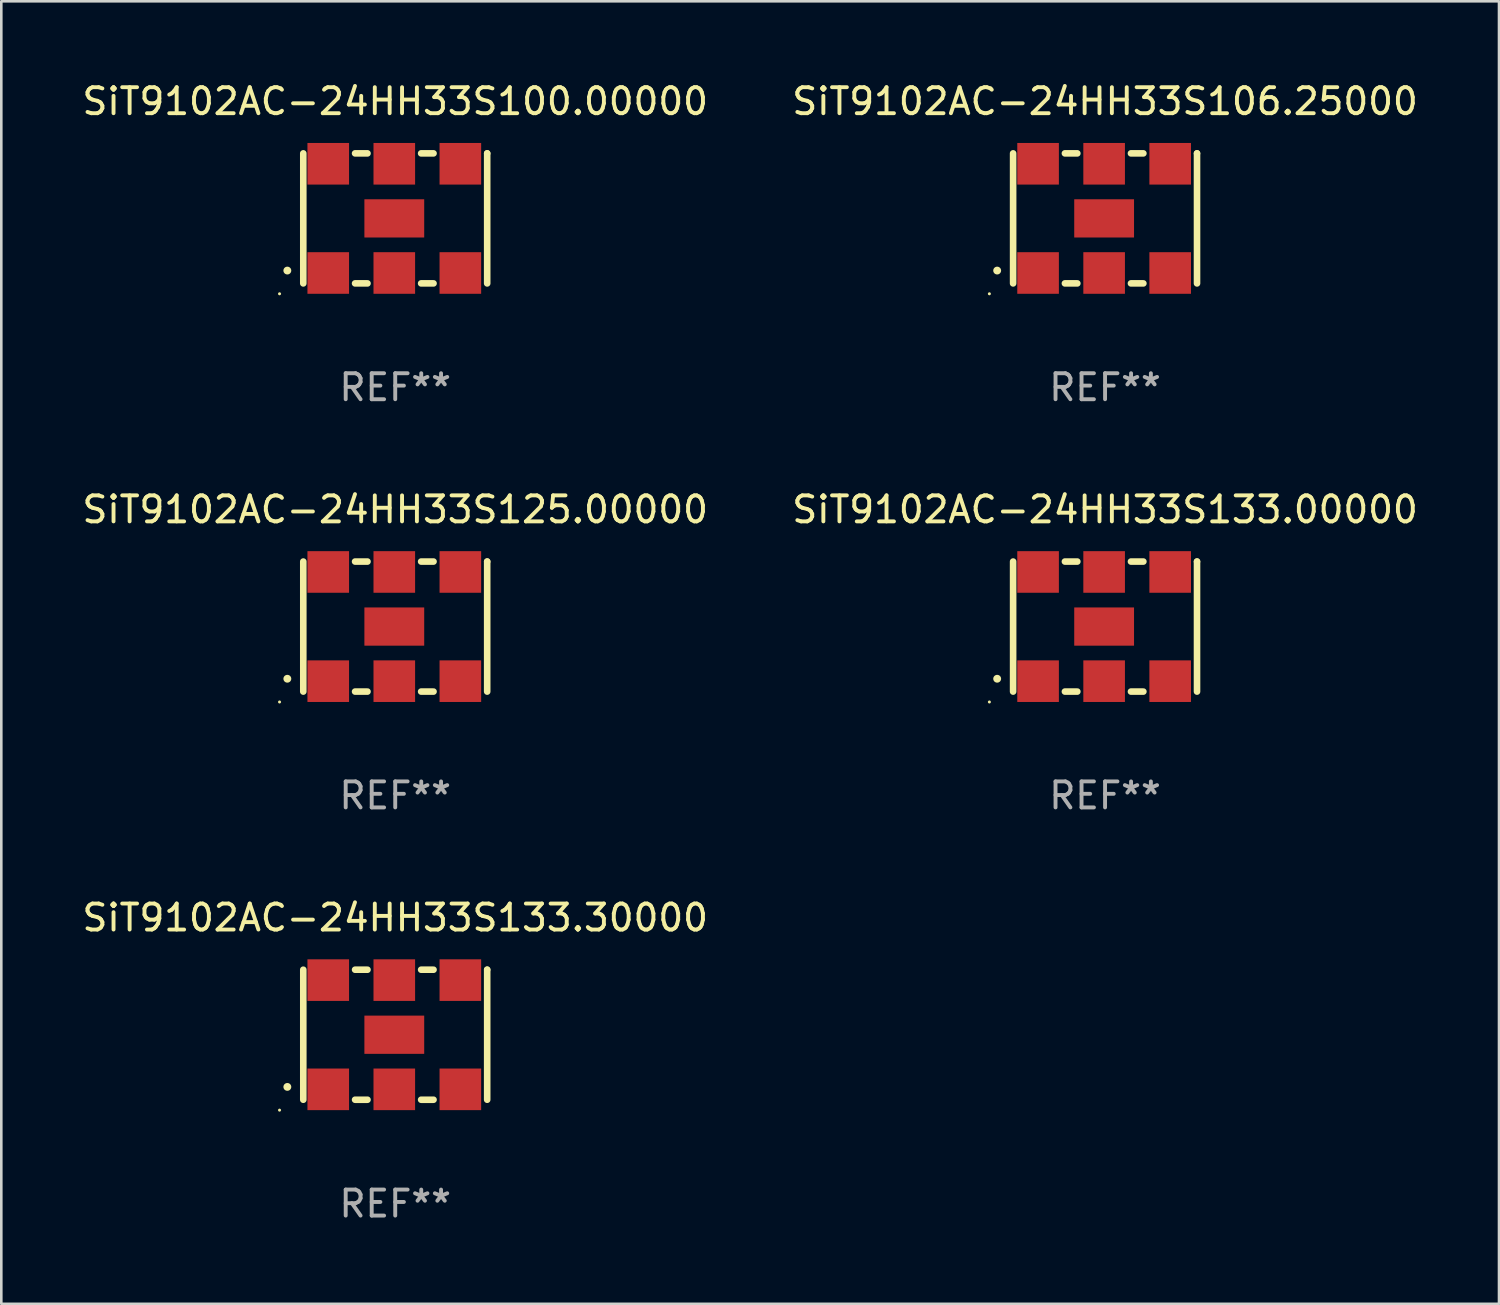
<source format=kicad_pcb>
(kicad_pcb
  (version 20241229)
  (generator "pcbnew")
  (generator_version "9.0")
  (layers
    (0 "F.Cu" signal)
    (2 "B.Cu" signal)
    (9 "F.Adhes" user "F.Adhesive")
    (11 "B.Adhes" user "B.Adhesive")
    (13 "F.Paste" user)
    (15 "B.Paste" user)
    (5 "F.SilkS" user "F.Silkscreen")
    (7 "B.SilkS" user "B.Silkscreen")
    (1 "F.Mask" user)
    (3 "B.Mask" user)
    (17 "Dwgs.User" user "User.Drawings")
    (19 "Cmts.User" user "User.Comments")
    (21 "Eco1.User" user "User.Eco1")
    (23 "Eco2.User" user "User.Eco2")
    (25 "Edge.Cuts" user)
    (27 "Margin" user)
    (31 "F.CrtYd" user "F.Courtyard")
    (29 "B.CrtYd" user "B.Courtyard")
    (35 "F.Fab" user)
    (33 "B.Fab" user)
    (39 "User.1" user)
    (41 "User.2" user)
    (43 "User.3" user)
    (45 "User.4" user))
  (footprint "SiT9102AC-24HH33S106.25000"
    (layer "F.Cu")
    (at 39.446 5.348)
    (property "Reference" "SiT9102AC-24HH33S106.25000" (at 0 -4.5 0) (layer "F.SilkS") (effects (font (size 1 1) (thickness 0.15))))
    (attr through_hole)
    (fp_line (start -3.536 -2.5) (end -3.536 2.5) (stroke (width 0.254) (type solid)) (layer "F.SilkS"))
    (fp_line (start -1.544 2.5) (end -1.067 2.5) (stroke (width 0.254) (type solid)) (layer "F.SilkS"))
    (fp_line (start -1.067 -2.5) (end -1.544 -2.5) (stroke (width 0.254) (type solid)) (layer "F.SilkS"))
    (fp_line (start 0.996 2.5) (end 1.473 2.5) (stroke (width 0.254) (type solid)) (layer "F.SilkS"))
    (fp_line (start 1.473 -2.5) (end 0.996 -2.5) (stroke (width 0.254) (type solid)) (layer "F.SilkS"))
    (fp_line (start 3.536 -2.5) (end 3.536 -2.5) (stroke (width 0.254) (type solid)) (layer "F.SilkS"))
    (fp_line (start 3.536 2.5) (end 3.536 -2.5) (stroke (width 0.254) (type solid)) (layer "F.SilkS"))
    (fp_arc (start -4.150432 2.006604) (mid -4.149162 2.006599) (end -4.147892 2.006604) (stroke (width 0.3) (type solid)) (layer "F.SilkS"))
    (fp_circle (center -4.449 2.9) (end -4.419 2.9) (stroke (width 0.06) (type solid)) (fill no) (layer "F.SilkS"))
    (fp_text user "REF**" (at 0 6.5 0) (layer "F.Fab") (effects (font (size 1 1) (thickness 0.15))))
    (pad "1" smd rect (at -2.576 2.1) (size 1.6 1.6) (layers "F.Cu" "F.Mask" "F.Paste"))
    (pad "2" smd rect (at -0.036 2.1) (size 1.6 1.6) (layers "F.Cu" "F.Mask" "F.Paste"))
    (pad "3" smd rect (at 2.504 2.1) (size 1.6 1.6) (layers "F.Cu" "F.Mask" "F.Paste"))
    (pad "4" smd rect (at 2.504 -2.1) (size 1.6 1.6) (layers "F.Cu" "F.Mask" "F.Paste"))
    (pad "5" smd rect (at -0.036 -2.1) (size 1.6 1.6) (layers "F.Cu" "F.Mask" "F.Paste"))
    (pad "6" smd rect (at -2.576 -2.1) (size 1.6 1.6) (layers "F.Cu" "F.Mask" "F.Paste"))
    (pad "7" smd rect (at -0.036 0) (size 2.3 1.47) (layers "F.Cu" "F.Mask" "F.Paste")))
  (footprint "SiT9102AC-24HH33S133.00000"
    (layer "F.Cu")
    (at 39.446 21.045)
    (property "Reference" "SiT9102AC-24HH33S133.00000" (at 0 -4.5 0) (layer "F.SilkS") (effects (font (size 1 1) (thickness 0.15))))
    (attr through_hole)
    (fp_line (start -3.536 -2.5) (end -3.536 2.5) (stroke (width 0.254) (type solid)) (layer "F.SilkS"))
    (fp_line (start -1.544 2.5) (end -1.067 2.5) (stroke (width 0.254) (type solid)) (layer "F.SilkS"))
    (fp_line (start -1.067 -2.5) (end -1.544 -2.5) (stroke (width 0.254) (type solid)) (layer "F.SilkS"))
    (fp_line (start 0.996 2.5) (end 1.473 2.5) (stroke (width 0.254) (type solid)) (layer "F.SilkS"))
    (fp_line (start 1.473 -2.5) (end 0.996 -2.5) (stroke (width 0.254) (type solid)) (layer "F.SilkS"))
    (fp_line (start 3.536 -2.5) (end 3.536 -2.5) (stroke (width 0.254) (type solid)) (layer "F.SilkS"))
    (fp_line (start 3.536 2.5) (end 3.536 -2.5) (stroke (width 0.254) (type solid)) (layer "F.SilkS"))
    (fp_arc (start -4.150432 2.006604) (mid -4.149162 2.006599) (end -4.147892 2.006604) (stroke (width 0.3) (type solid)) (layer "F.SilkS"))
    (fp_circle (center -4.449 2.9) (end -4.419 2.9) (stroke (width 0.06) (type solid)) (fill no) (layer "F.SilkS"))
    (fp_text user "REF**" (at 0 6.5 0) (layer "F.Fab") (effects (font (size 1 1) (thickness 0.15))))
    (pad "1" smd rect (at -2.576 2.1) (size 1.6 1.6) (layers "F.Cu" "F.Mask" "F.Paste"))
    (pad "2" smd rect (at -0.036 2.1) (size 1.6 1.6) (layers "F.Cu" "F.Mask" "F.Paste"))
    (pad "3" smd rect (at 2.504 2.1) (size 1.6 1.6) (layers "F.Cu" "F.Mask" "F.Paste"))
    (pad "4" smd rect (at 2.504 -2.1) (size 1.6 1.6) (layers "F.Cu" "F.Mask" "F.Paste"))
    (pad "5" smd rect (at -0.036 -2.1) (size 1.6 1.6) (layers "F.Cu" "F.Mask" "F.Paste"))
    (pad "6" smd rect (at -2.576 -2.1) (size 1.6 1.6) (layers "F.Cu" "F.Mask" "F.Paste"))
    (pad "7" smd rect (at -0.036 0) (size 2.3 1.47) (layers "F.Cu" "F.Mask" "F.Paste")))
  (footprint "SiT9102AC-24HH33S125.00000"
    (layer "F.Cu")
    (at 12.149 21.045)
    (property "Reference" "SiT9102AC-24HH33S125.00000" (at 0 -4.5 0) (layer "F.SilkS") (effects (font (size 1 1) (thickness 0.15))))
    (attr through_hole)
    (fp_line (start -3.536 -2.5) (end -3.536 2.5) (stroke (width 0.254) (type solid)) (layer "F.SilkS"))
    (fp_line (start -1.544 2.5) (end -1.067 2.5) (stroke (width 0.254) (type solid)) (layer "F.SilkS"))
    (fp_line (start -1.067 -2.5) (end -1.544 -2.5) (stroke (width 0.254) (type solid)) (layer "F.SilkS"))
    (fp_line (start 0.996 2.5) (end 1.473 2.5) (stroke (width 0.254) (type solid)) (layer "F.SilkS"))
    (fp_line (start 1.473 -2.5) (end 0.996 -2.5) (stroke (width 0.254) (type solid)) (layer "F.SilkS"))
    (fp_line (start 3.536 -2.5) (end 3.536 -2.5) (stroke (width 0.254) (type solid)) (layer "F.SilkS"))
    (fp_line (start 3.536 2.5) (end 3.536 -2.5) (stroke (width 0.254) (type solid)) (layer "F.SilkS"))
    (fp_arc (start -4.150432 2.006604) (mid -4.149162 2.006599) (end -4.147892 2.006604) (stroke (width 0.3) (type solid)) (layer "F.SilkS"))
    (fp_circle (center -4.449 2.9) (end -4.419 2.9) (stroke (width 0.06) (type solid)) (fill no) (layer "F.SilkS"))
    (fp_text user "REF**" (at 0 6.5 0) (layer "F.Fab") (effects (font (size 1 1) (thickness 0.15))))
    (pad "1" smd rect (at -2.576 2.1) (size 1.6 1.6) (layers "F.Cu" "F.Mask" "F.Paste"))
    (pad "2" smd rect (at -0.036 2.1) (size 1.6 1.6) (layers "F.Cu" "F.Mask" "F.Paste"))
    (pad "3" smd rect (at 2.504 2.1) (size 1.6 1.6) (layers "F.Cu" "F.Mask" "F.Paste"))
    (pad "4" smd rect (at 2.504 -2.1) (size 1.6 1.6) (layers "F.Cu" "F.Mask" "F.Paste"))
    (pad "5" smd rect (at -0.036 -2.1) (size 1.6 1.6) (layers "F.Cu" "F.Mask" "F.Paste"))
    (pad "6" smd rect (at -2.576 -2.1) (size 1.6 1.6) (layers "F.Cu" "F.Mask" "F.Paste"))
    (pad "7" smd rect (at -0.036 0) (size 2.3 1.47) (layers "F.Cu" "F.Mask" "F.Paste")))
  (footprint "SiT9102AC-24HH33S133.30000"
    (layer "F.Cu")
    (at 12.149 36.741)
    (property "Reference" "SiT9102AC-24HH33S133.30000" (at 0 -4.5 0) (layer "F.SilkS") (effects (font (size 1 1) (thickness 0.15))))
    (attr through_hole)
    (fp_line (start -3.536 -2.5) (end -3.536 2.5) (stroke (width 0.254) (type solid)) (layer "F.SilkS"))
    (fp_line (start -1.544 2.5) (end -1.067 2.5) (stroke (width 0.254) (type solid)) (layer "F.SilkS"))
    (fp_line (start -1.067 -2.5) (end -1.544 -2.5) (stroke (width 0.254) (type solid)) (layer "F.SilkS"))
    (fp_line (start 0.996 2.5) (end 1.473 2.5) (stroke (width 0.254) (type solid)) (layer "F.SilkS"))
    (fp_line (start 1.473 -2.5) (end 0.996 -2.5) (stroke (width 0.254) (type solid)) (layer "F.SilkS"))
    (fp_line (start 3.536 -2.5) (end 3.536 -2.5) (stroke (width 0.254) (type solid)) (layer "F.SilkS"))
    (fp_line (start 3.536 2.5) (end 3.536 -2.5) (stroke (width 0.254) (type solid)) (layer "F.SilkS"))
    (fp_arc (start -4.150432 2.006604) (mid -4.149162 2.006599) (end -4.147892 2.006604) (stroke (width 0.3) (type solid)) (layer "F.SilkS"))
    (fp_circle (center -4.449 2.9) (end -4.419 2.9) (stroke (width 0.06) (type solid)) (fill no) (layer "F.SilkS"))
    (fp_text user "REF**" (at 0 6.5 0) (layer "F.Fab") (effects (font (size 1 1) (thickness 0.15))))
    (pad "1" smd rect (at -2.576 2.1) (size 1.6 1.6) (layers "F.Cu" "F.Mask" "F.Paste"))
    (pad "2" smd rect (at -0.036 2.1) (size 1.6 1.6) (layers "F.Cu" "F.Mask" "F.Paste"))
    (pad "3" smd rect (at 2.504 2.1) (size 1.6 1.6) (layers "F.Cu" "F.Mask" "F.Paste"))
    (pad "4" smd rect (at 2.504 -2.1) (size 1.6 1.6) (layers "F.Cu" "F.Mask" "F.Paste"))
    (pad "5" smd rect (at -0.036 -2.1) (size 1.6 1.6) (layers "F.Cu" "F.Mask" "F.Paste"))
    (pad "6" smd rect (at -2.576 -2.1) (size 1.6 1.6) (layers "F.Cu" "F.Mask" "F.Paste"))
    (pad "7" smd rect (at -0.036 0) (size 2.3 1.47) (layers "F.Cu" "F.Mask" "F.Paste")))
  (footprint "SiT9102AC-24HH33S100.00000"
    (layer "F.Cu")
    (at 12.149 5.348)
    (property "Reference" "SiT9102AC-24HH33S100.00000" (at 0 -4.5 0) (layer "F.SilkS") (effects (font (size 1 1) (thickness 0.15))))
    (attr through_hole)
    (fp_line (start -3.536 -2.5) (end -3.536 2.5) (stroke (width 0.254) (type solid)) (layer "F.SilkS"))
    (fp_line (start -1.544 2.5) (end -1.067 2.5) (stroke (width 0.254) (type solid)) (layer "F.SilkS"))
    (fp_line (start -1.067 -2.5) (end -1.544 -2.5) (stroke (width 0.254) (type solid)) (layer "F.SilkS"))
    (fp_line (start 0.996 2.5) (end 1.473 2.5) (stroke (width 0.254) (type solid)) (layer "F.SilkS"))
    (fp_line (start 1.473 -2.5) (end 0.996 -2.5) (stroke (width 0.254) (type solid)) (layer "F.SilkS"))
    (fp_line (start 3.536 -2.5) (end 3.536 -2.5) (stroke (width 0.254) (type solid)) (layer "F.SilkS"))
    (fp_line (start 3.536 2.5) (end 3.536 -2.5) (stroke (width 0.254) (type solid)) (layer "F.SilkS"))
    (fp_arc (start -4.150432 2.006604) (mid -4.149162 2.006599) (end -4.147892 2.006604) (stroke (width 0.3) (type solid)) (layer "F.SilkS"))
    (fp_circle (center -4.449 2.9) (end -4.419 2.9) (stroke (width 0.06) (type solid)) (fill no) (layer "F.SilkS"))
    (fp_text user "REF**" (at 0 6.5 0) (layer "F.Fab") (effects (font (size 1 1) (thickness 0.15))))
    (pad "1" smd rect (at -2.576 2.1) (size 1.6 1.6) (layers "F.Cu" "F.Mask" "F.Paste"))
    (pad "2" smd rect (at -0.036 2.1) (size 1.6 1.6) (layers "F.Cu" "F.Mask" "F.Paste"))
    (pad "3" smd rect (at 2.504 2.1) (size 1.6 1.6) (layers "F.Cu" "F.Mask" "F.Paste"))
    (pad "4" smd rect (at 2.504 -2.1) (size 1.6 1.6) (layers "F.Cu" "F.Mask" "F.Paste"))
    (pad "5" smd rect (at -0.036 -2.1) (size 1.6 1.6) (layers "F.Cu" "F.Mask" "F.Paste"))
    (pad "6" smd rect (at -2.576 -2.1) (size 1.6 1.6) (layers "F.Cu" "F.Mask" "F.Paste"))
    (pad "7" smd rect (at -0.036 0) (size 2.3 1.47) (layers "F.Cu" "F.Mask" "F.Paste")))
  (gr_rect
    (start -3 -3)
    (end 54.595 47.09)
    (stroke (width 0.1) (type default))
    (fill no)
    (layer "Edge.Cuts")))
</source>
